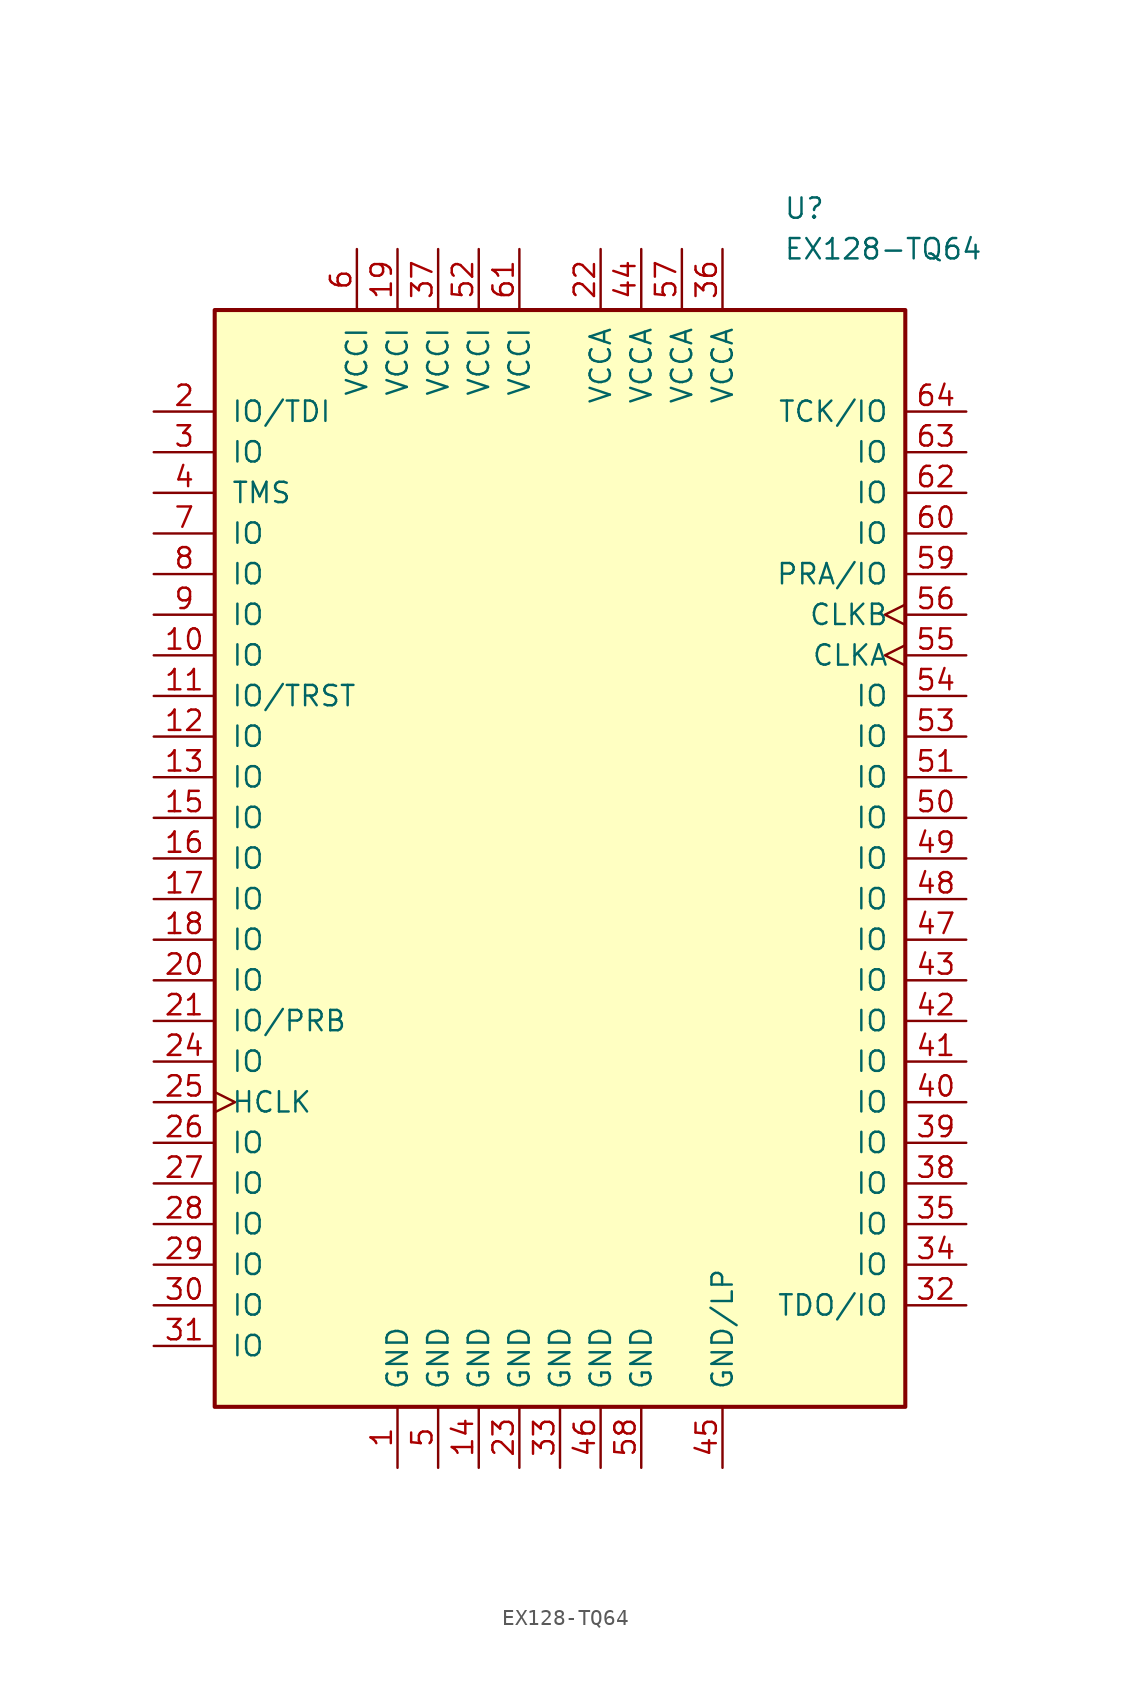
<source format=kicad_sym>
(kicad_symbol_lib
  (version 20231120)
  (generator "kicad_symbol_editor")
  (generator_version "8.0")
  (symbol "EX128-TQ64"
    (pin_names
      (offset 1.016))
    (property "Reference" "U"
      (at 13.97 40.64 0)
      (effects (font (size 1.27 1.27)) (justify left)))
    (property "Value" "EX128-TQ64"
      (at 13.97 38.1 0)
      (effects (font (size 1.27 1.27)) (justify left)))
    (symbol "EX128-TQ64_0_1"
      (rectangle (start -21.59 34.29) (end 21.59 -34.29) (stroke (width 0.254) (type default)) (fill (type background))))
    (symbol "EX128-TQ64_1_1"
      (pin power_out line (at -10.16 -38.1 90) (length 3.81) (name "GND" (effects (font (size 1.27 1.27)))) (number "1" (effects (font (size 1.27 1.27)))))
      (pin bidirectional line (at -25.4 12.7 0) (length 3.81) (name "IO" (effects (font (size 1.27 1.27)))) (number "10" (effects (font (size 1.27 1.27)))))
      (pin bidirectional line (at -25.4 10.16 0) (length 3.81) (name "IO/TRST" (effects (font (size 1.27 1.27)))) (number "11" (effects (font (size 1.27 1.27)))))
      (pin bidirectional line (at -25.4 7.62 0) (length 3.81) (name "IO" (effects (font (size 1.27 1.27)))) (number "12" (effects (font (size 1.27 1.27)))))
      (pin bidirectional line (at -25.4 5.08 0) (length 3.81) (name "IO" (effects (font (size 1.27 1.27)))) (number "13" (effects (font (size 1.27 1.27)))))
      (pin power_out line (at -5.08 -38.1 90) (length 3.81) (name "GND" (effects (font (size 1.27 1.27)))) (number "14" (effects (font (size 1.27 1.27)))))
      (pin bidirectional line (at -25.4 2.54 0) (length 3.81) (name "IO" (effects (font (size 1.27 1.27)))) (number "15" (effects (font (size 1.27 1.27)))))
      (pin bidirectional line (at -25.4 0 0) (length 3.81) (name "IO" (effects (font (size 1.27 1.27)))) (number "16" (effects (font (size 1.27 1.27)))))
      (pin bidirectional line (at -25.4 -2.54 0) (length 3.81) (name "IO" (effects (font (size 1.27 1.27)))) (number "17" (effects (font (size 1.27 1.27)))))
      (pin bidirectional line (at -25.4 -5.08 0) (length 3.81) (name "IO" (effects (font (size 1.27 1.27)))) (number "18" (effects (font (size 1.27 1.27)))))
      (pin power_in line (at -10.16 38.1 270) (length 3.81) (name "VCCI" (effects (font (size 1.27 1.27)))) (number "19" (effects (font (size 1.27 1.27)))))
      (pin bidirectional line (at -25.4 27.94 0) (length 3.81) (name "IO/TDI" (effects (font (size 1.27 1.27)))) (number "2" (effects (font (size 1.27 1.27)))))
      (pin bidirectional line (at -25.4 -7.62 0) (length 3.81) (name "IO" (effects (font (size 1.27 1.27)))) (number "20" (effects (font (size 1.27 1.27)))))
      (pin bidirectional line (at -25.4 -10.16 0) (length 3.81) (name "IO/PRB" (effects (font (size 1.27 1.27)))) (number "21" (effects (font (size 1.27 1.27)))))
      (pin power_in line (at 2.54 38.1 270) (length 3.81) (name "VCCA" (effects (font (size 1.27 1.27)))) (number "22" (effects (font (size 1.27 1.27)))))
      (pin power_out line (at -2.54 -38.1 90) (length 3.81) (name "GND" (effects (font (size 1.27 1.27)))) (number "23" (effects (font (size 1.27 1.27)))))
      (pin bidirectional line (at -25.4 -12.7 0) (length 3.81) (name "IO" (effects (font (size 1.27 1.27)))) (number "24" (effects (font (size 1.27 1.27)))))
      (pin input clock (at -25.4 -15.24 0) (length 3.81) (name "HCLK" (effects (font (size 1.27 1.27)))) (number "25" (effects (font (size 1.27 1.27)))))
      (pin bidirectional line (at -25.4 -17.78 0) (length 3.81) (name "IO" (effects (font (size 1.27 1.27)))) (number "26" (effects (font (size 1.27 1.27)))))
      (pin bidirectional line (at -25.4 -20.32 0) (length 3.81) (name "IO" (effects (font (size 1.27 1.27)))) (number "27" (effects (font (size 1.27 1.27)))))
      (pin bidirectional line (at -25.4 -22.86 0) (length 3.81) (name "IO" (effects (font (size 1.27 1.27)))) (number "28" (effects (font (size 1.27 1.27)))))
      (pin bidirectional line (at -25.4 -25.4 0) (length 3.81) (name "IO" (effects (font (size 1.27 1.27)))) (number "29" (effects (font (size 1.27 1.27)))))
      (pin bidirectional line (at -25.4 25.4 0) (length 3.81) (name "IO" (effects (font (size 1.27 1.27)))) (number "3" (effects (font (size 1.27 1.27)))))
      (pin bidirectional line (at -25.4 -27.94 0) (length 3.81) (name "IO" (effects (font (size 1.27 1.27)))) (number "30" (effects (font (size 1.27 1.27)))))
      (pin bidirectional line (at -25.4 -30.48 0) (length 3.81) (name "IO" (effects (font (size 1.27 1.27)))) (number "31" (effects (font (size 1.27 1.27)))))
      (pin bidirectional line (at 25.4 -27.94 180) (length 3.81) (name "TDO/IO" (effects (font (size 1.27 1.27)))) (number "32" (effects (font (size 1.27 1.27)))))
      (pin power_out line (at 0 -38.1 90) (length 3.81) (name "GND" (effects (font (size 1.27 1.27)))) (number "33" (effects (font (size 1.27 1.27)))))
      (pin bidirectional line (at 25.4 -25.4 180) (length 3.81) (name "IO" (effects (font (size 1.27 1.27)))) (number "34" (effects (font (size 1.27 1.27)))))
      (pin bidirectional line (at 25.4 -22.86 180) (length 3.81) (name "IO" (effects (font (size 1.27 1.27)))) (number "35" (effects (font (size 1.27 1.27)))))
      (pin power_in line (at 10.16 38.1 270) (length 3.81) (name "VCCA" (effects (font (size 1.27 1.27)))) (number "36" (effects (font (size 1.27 1.27)))))
      (pin power_in line (at -7.62 38.1 270) (length 3.81) (name "VCCI" (effects (font (size 1.27 1.27)))) (number "37" (effects (font (size 1.27 1.27)))))
      (pin bidirectional line (at 25.4 -20.32 180) (length 3.81) (name "IO" (effects (font (size 1.27 1.27)))) (number "38" (effects (font (size 1.27 1.27)))))
      (pin bidirectional line (at 25.4 -17.78 180) (length 3.81) (name "IO" (effects (font (size 1.27 1.27)))) (number "39" (effects (font (size 1.27 1.27)))))
      (pin input line (at -25.4 22.86 0) (length 3.81) (name "TMS" (effects (font (size 1.27 1.27)))) (number "4" (effects (font (size 1.27 1.27)))))
      (pin bidirectional line (at 25.4 -15.24 180) (length 3.81) (name "IO" (effects (font (size 1.27 1.27)))) (number "40" (effects (font (size 1.27 1.27)))))
      (pin bidirectional line (at 25.4 -12.7 180) (length 3.81) (name "IO" (effects (font (size 1.27 1.27)))) (number "41" (effects (font (size 1.27 1.27)))))
      (pin bidirectional line (at 25.4 -10.16 180) (length 3.81) (name "IO" (effects (font (size 1.27 1.27)))) (number "42" (effects (font (size 1.27 1.27)))))
      (pin bidirectional line (at 25.4 -7.62 180) (length 3.81) (name "IO" (effects (font (size 1.27 1.27)))) (number "43" (effects (font (size 1.27 1.27)))))
      (pin power_in line (at 5.08 38.1 270) (length 3.81) (name "VCCA" (effects (font (size 1.27 1.27)))) (number "44" (effects (font (size 1.27 1.27)))))
      (pin power_out line (at 10.16 -38.1 90) (length 3.81) (name "GND/LP" (effects (font (size 1.27 1.27)))) (number "45" (effects (font (size 1.27 1.27)))))
      (pin power_out line (at 2.54 -38.1 90) (length 3.81) (name "GND" (effects (font (size 1.27 1.27)))) (number "46" (effects (font (size 1.27 1.27)))))
      (pin bidirectional line (at 25.4 -5.08 180) (length 3.81) (name "IO" (effects (font (size 1.27 1.27)))) (number "47" (effects (font (size 1.27 1.27)))))
      (pin bidirectional line (at 25.4 -2.54 180) (length 3.81) (name "IO" (effects (font (size 1.27 1.27)))) (number "48" (effects (font (size 1.27 1.27)))))
      (pin bidirectional line (at 25.4 0 180) (length 3.81) (name "IO" (effects (font (size 1.27 1.27)))) (number "49" (effects (font (size 1.27 1.27)))))
      (pin power_out line (at -7.62 -38.1 90) (length 3.81) (name "GND" (effects (font (size 1.27 1.27)))) (number "5" (effects (font (size 1.27 1.27)))))
      (pin bidirectional line (at 25.4 2.54 180) (length 3.81) (name "IO" (effects (font (size 1.27 1.27)))) (number "50" (effects (font (size 1.27 1.27)))))
      (pin bidirectional line (at 25.4 5.08 180) (length 3.81) (name "IO" (effects (font (size 1.27 1.27)))) (number "51" (effects (font (size 1.27 1.27)))))
      (pin power_in line (at -5.08 38.1 270) (length 3.81) (name "VCCI" (effects (font (size 1.27 1.27)))) (number "52" (effects (font (size 1.27 1.27)))))
      (pin bidirectional line (at 25.4 7.62 180) (length 3.81) (name "IO" (effects (font (size 1.27 1.27)))) (number "53" (effects (font (size 1.27 1.27)))))
      (pin bidirectional line (at 25.4 10.16 180) (length 3.81) (name "IO" (effects (font (size 1.27 1.27)))) (number "54" (effects (font (size 1.27 1.27)))))
      (pin input clock (at 25.4 12.7 180) (length 3.81) (name "CLKA" (effects (font (size 1.27 1.27)))) (number "55" (effects (font (size 1.27 1.27)))))
      (pin input clock (at 25.4 15.24 180) (length 3.81) (name "CLKB" (effects (font (size 1.27 1.27)))) (number "56" (effects (font (size 1.27 1.27)))))
      (pin power_in line (at 7.62 38.1 270) (length 3.81) (name "VCCA" (effects (font (size 1.27 1.27)))) (number "57" (effects (font (size 1.27 1.27)))))
      (pin power_out line (at 5.08 -38.1 90) (length 3.81) (name "GND" (effects (font (size 1.27 1.27)))) (number "58" (effects (font (size 1.27 1.27)))))
      (pin bidirectional line (at 25.4 17.78 180) (length 3.81) (name "PRA/IO" (effects (font (size 1.27 1.27)))) (number "59" (effects (font (size 1.27 1.27)))))
      (pin power_in line (at -12.7 38.1 270) (length 3.81) (name "VCCI" (effects (font (size 1.27 1.27)))) (number "6" (effects (font (size 1.27 1.27)))))
      (pin bidirectional line (at 25.4 20.32 180) (length 3.81) (name "IO" (effects (font (size 1.27 1.27)))) (number "60" (effects (font (size 1.27 1.27)))))
      (pin power_in line (at -2.54 38.1 270) (length 3.81) (name "VCCI" (effects (font (size 1.27 1.27)))) (number "61" (effects (font (size 1.27 1.27)))))
      (pin bidirectional line (at 25.4 22.86 180) (length 3.81) (name "IO" (effects (font (size 1.27 1.27)))) (number "62" (effects (font (size 1.27 1.27)))))
      (pin bidirectional line (at 25.4 25.4 180) (length 3.81) (name "IO" (effects (font (size 1.27 1.27)))) (number "63" (effects (font (size 1.27 1.27)))))
      (pin bidirectional line (at 25.4 27.94 180) (length 3.81) (name "TCK/IO" (effects (font (size 1.27 1.27)))) (number "64" (effects (font (size 1.27 1.27)))))
      (pin bidirectional line (at -25.4 20.32 0) (length 3.81) (name "IO" (effects (font (size 1.27 1.27)))) (number "7" (effects (font (size 1.27 1.27)))))
      (pin bidirectional line (at -25.4 17.78 0) (length 3.81) (name "IO" (effects (font (size 1.27 1.27)))) (number "8" (effects (font (size 1.27 1.27)))))
      (pin bidirectional line (at -25.4 15.24 0) (length 3.81) (name "IO" (effects (font (size 1.27 1.27)))) (number "9" (effects (font (size 1.27 1.27))))))))
</source>
